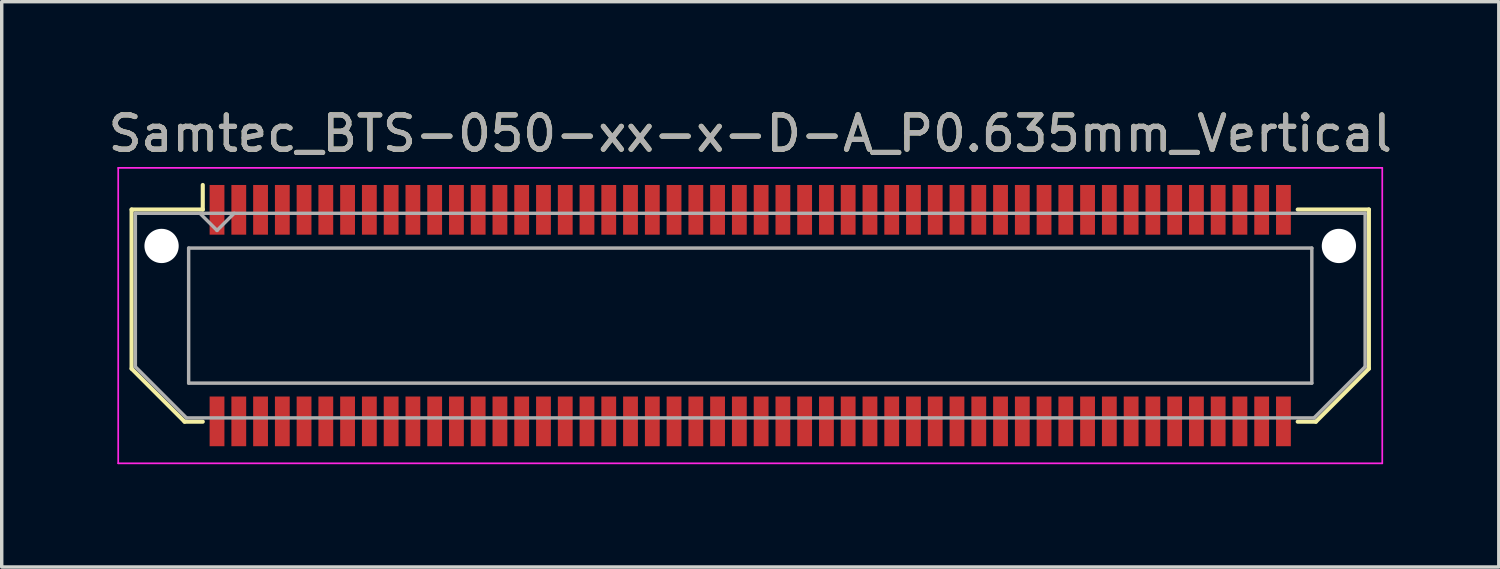
<source format=kicad_pcb>
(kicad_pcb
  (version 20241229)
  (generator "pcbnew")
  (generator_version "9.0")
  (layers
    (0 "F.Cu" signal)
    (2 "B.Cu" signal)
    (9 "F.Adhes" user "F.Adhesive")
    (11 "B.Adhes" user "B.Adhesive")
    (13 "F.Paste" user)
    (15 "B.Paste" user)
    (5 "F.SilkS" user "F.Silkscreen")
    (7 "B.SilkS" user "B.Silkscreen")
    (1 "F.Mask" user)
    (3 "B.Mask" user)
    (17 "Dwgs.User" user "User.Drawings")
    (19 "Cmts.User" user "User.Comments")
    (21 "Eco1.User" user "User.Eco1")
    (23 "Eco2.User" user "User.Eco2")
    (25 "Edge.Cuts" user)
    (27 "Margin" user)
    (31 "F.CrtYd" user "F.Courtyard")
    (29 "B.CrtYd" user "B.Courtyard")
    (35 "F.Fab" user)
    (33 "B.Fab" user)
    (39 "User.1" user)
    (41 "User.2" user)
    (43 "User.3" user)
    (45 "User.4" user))
  (footprint "Samtec_BTS-050-xx-x-D-A_P0.635mm_Vertical"
    (layer "F.Cu")
    (at 18.839 6.158)
    (property "Reference" "Samtec_BTS-050-xx-x-D-A_P0.635mm_Vertical" (at 0 -5.31 0) (layer "F.SilkS") (effects (font (size 1 1) (thickness 0.15))))
    (attr smd)
    (fp_line (start -18.05 -3.095) (end -18.05 1.548) (stroke (width 0.12) (type solid)) (layer "F.SilkS"))
    (fp_line (start -18.05 1.548) (end -16.503 3.095) (stroke (width 0.12) (type solid)) (layer "F.SilkS"))
    (fp_line (start -16.503 3.095) (end -15.973 3.095) (stroke (width 0.12) (type solid)) (layer "F.SilkS"))
    (fp_line (start -15.973 -3.811) (end -15.973 -3.095) (stroke (width 0.12) (type solid)) (layer "F.SilkS"))
    (fp_line (start -15.973 -3.095) (end -18.05 -3.095) (stroke (width 0.12) (type solid)) (layer "F.SilkS"))
    (fp_line (start 15.973 -3.095) (end 18.05 -3.095) (stroke (width 0.12) (type solid)) (layer "F.SilkS"))
    (fp_line (start 16.503 3.095) (end 15.973 3.095) (stroke (width 0.12) (type solid)) (layer "F.SilkS"))
    (fp_line (start 18.05 -3.095) (end 18.05 1.548) (stroke (width 0.12) (type solid)) (layer "F.SilkS"))
    (fp_line (start 18.05 1.548) (end 16.503 3.095) (stroke (width 0.12) (type solid)) (layer "F.SilkS"))
    (fp_line (start -18.44 -4.31) (end -18.44 4.31) (stroke (width 0.05) (type solid)) (layer "F.CrtYd"))
    (fp_line (start -18.44 4.31) (end 18.44 4.31) (stroke (width 0.05) (type solid)) (layer "F.CrtYd"))
    (fp_line (start 18.44 -4.31) (end -18.44 -4.31) (stroke (width 0.05) (type solid)) (layer "F.CrtYd"))
    (fp_line (start 18.44 4.31) (end 18.44 -4.31) (stroke (width 0.05) (type solid)) (layer "F.CrtYd"))
    (fp_line (start -17.94 -2.985) (end -17.94 1.492) (stroke (width 0.1) (type solid)) (layer "F.Fab"))
    (fp_line (start -17.94 -2.985) (end 17.94 -2.985) (stroke (width 0.1) (type solid)) (layer "F.Fab"))
    (fp_line (start -17.94 1.492) (end -16.448 2.985) (stroke (width 0.1) (type solid)) (layer "F.Fab"))
    (fp_line (start -16.448 2.985) (end 16.448 2.985) (stroke (width 0.1) (type solid)) (layer "F.Fab"))
    (fp_line (start -16.385 -1.97) (end -16.385 1.97) (stroke (width 0.1) (type solid)) (layer "F.Fab"))
    (fp_line (start -16.385 1.97) (end 16.385 1.97) (stroke (width 0.1) (type solid)) (layer "F.Fab"))
    (fp_line (start -15.557 -2.485) (end -16.058 -2.985) (stroke (width 0.1) (type solid)) (layer "F.Fab"))
    (fp_line (start -15.057 -2.985) (end -15.557 -2.485) (stroke (width 0.1) (type solid)) (layer "F.Fab"))
    (fp_line (start 16.385 -1.97) (end -16.385 -1.97) (stroke (width 0.1) (type solid)) (layer "F.Fab"))
    (fp_line (start 16.385 1.97) (end 16.385 -1.97) (stroke (width 0.1) (type solid)) (layer "F.Fab"))
    (fp_line (start 17.94 -2.985) (end 17.94 1.492) (stroke (width 0.1) (type solid)) (layer "F.Fab"))
    (fp_line (start 17.94 1.492) (end 16.448 2.985) (stroke (width 0.1) (type solid)) (layer "F.Fab"))
    (fp_text user "${REFERENCE}" (at 0 -5.31 0) (layer "F.Fab") (effects (font (size 1 1) (thickness 0.15))))
    (pad "" np_thru_hole circle (at -17.175 -2.032) (size 1 1) (drill 1) (layers "*.Cu" "*.Mask"))
    (pad "" np_thru_hole circle (at 17.175 -2.032) (size 1 1) (drill 1) (layers "*.Cu" "*.Mask"))
    (pad "1" smd rect (at -15.557 -3.086) (size 0.432 1.45) (layers "F.Cu" "F.Mask" "F.Paste"))
    (pad "2" smd rect (at -15.557 3.086) (size 0.432 1.45) (layers "F.Cu" "F.Mask" "F.Paste"))
    (pad "3" smd rect (at -14.922 -3.086) (size 0.432 1.45) (layers "F.Cu" "F.Mask" "F.Paste"))
    (pad "4" smd rect (at -14.922 3.086) (size 0.432 1.45) (layers "F.Cu" "F.Mask" "F.Paste"))
    (pad "5" smd rect (at -14.287 -3.086) (size 0.432 1.45) (layers "F.Cu" "F.Mask" "F.Paste"))
    (pad "6" smd rect (at -14.287 3.086) (size 0.432 1.45) (layers "F.Cu" "F.Mask" "F.Paste"))
    (pad "7" smd rect (at -13.652 -3.086) (size 0.432 1.45) (layers "F.Cu" "F.Mask" "F.Paste"))
    (pad "8" smd rect (at -13.652 3.086) (size 0.432 1.45) (layers "F.Cu" "F.Mask" "F.Paste"))
    (pad "9" smd rect (at -13.018 -3.086) (size 0.432 1.45) (layers "F.Cu" "F.Mask" "F.Paste"))
    (pad "10" smd rect (at -13.018 3.086) (size 0.432 1.45) (layers "F.Cu" "F.Mask" "F.Paste"))
    (pad "11" smd rect (at -12.383 -3.086) (size 0.432 1.45) (layers "F.Cu" "F.Mask" "F.Paste"))
    (pad "12" smd rect (at -12.383 3.086) (size 0.432 1.45) (layers "F.Cu" "F.Mask" "F.Paste"))
    (pad "13" smd rect (at -11.748 -3.086) (size 0.432 1.45) (layers "F.Cu" "F.Mask" "F.Paste"))
    (pad "14" smd rect (at -11.748 3.086) (size 0.432 1.45) (layers "F.Cu" "F.Mask" "F.Paste"))
    (pad "15" smd rect (at -11.113 -3.086) (size 0.432 1.45) (layers "F.Cu" "F.Mask" "F.Paste"))
    (pad "16" smd rect (at -11.113 3.086) (size 0.432 1.45) (layers "F.Cu" "F.Mask" "F.Paste"))
    (pad "17" smd rect (at -10.477 -3.086) (size 0.432 1.45) (layers "F.Cu" "F.Mask" "F.Paste"))
    (pad "18" smd rect (at -10.477 3.086) (size 0.432 1.45) (layers "F.Cu" "F.Mask" "F.Paste"))
    (pad "19" smd rect (at -9.842 -3.086) (size 0.432 1.45) (layers "F.Cu" "F.Mask" "F.Paste"))
    (pad "20" smd rect (at -9.842 3.086) (size 0.432 1.45) (layers "F.Cu" "F.Mask" "F.Paste"))
    (pad "21" smd rect (at -9.207 -3.086) (size 0.432 1.45) (layers "F.Cu" "F.Mask" "F.Paste"))
    (pad "22" smd rect (at -9.207 3.086) (size 0.432 1.45) (layers "F.Cu" "F.Mask" "F.Paste"))
    (pad "23" smd rect (at -8.572 -3.086) (size 0.432 1.45) (layers "F.Cu" "F.Mask" "F.Paste"))
    (pad "24" smd rect (at -8.572 3.086) (size 0.432 1.45) (layers "F.Cu" "F.Mask" "F.Paste"))
    (pad "25" smd rect (at -7.938 -3.086) (size 0.432 1.45) (layers "F.Cu" "F.Mask" "F.Paste"))
    (pad "26" smd rect (at -7.938 3.086) (size 0.432 1.45) (layers "F.Cu" "F.Mask" "F.Paste"))
    (pad "27" smd rect (at -7.303 -3.086) (size 0.432 1.45) (layers "F.Cu" "F.Mask" "F.Paste"))
    (pad "28" smd rect (at -7.303 3.086) (size 0.432 1.45) (layers "F.Cu" "F.Mask" "F.Paste"))
    (pad "29" smd rect (at -6.668 -3.086) (size 0.432 1.45) (layers "F.Cu" "F.Mask" "F.Paste"))
    (pad "30" smd rect (at -6.668 3.086) (size 0.432 1.45) (layers "F.Cu" "F.Mask" "F.Paste"))
    (pad "31" smd rect (at -6.032 -3.086) (size 0.432 1.45) (layers "F.Cu" "F.Mask" "F.Paste"))
    (pad "32" smd rect (at -6.032 3.086) (size 0.432 1.45) (layers "F.Cu" "F.Mask" "F.Paste"))
    (pad "33" smd rect (at -5.397 -3.086) (size 0.432 1.45) (layers "F.Cu" "F.Mask" "F.Paste"))
    (pad "34" smd rect (at -5.397 3.086) (size 0.432 1.45) (layers "F.Cu" "F.Mask" "F.Paste"))
    (pad "35" smd rect (at -4.763 -3.086) (size 0.432 1.45) (layers "F.Cu" "F.Mask" "F.Paste"))
    (pad "36" smd rect (at -4.763 3.086) (size 0.432 1.45) (layers "F.Cu" "F.Mask" "F.Paste"))
    (pad "37" smd rect (at -4.128 -3.086) (size 0.432 1.45) (layers "F.Cu" "F.Mask" "F.Paste"))
    (pad "38" smd rect (at -4.128 3.086) (size 0.432 1.45) (layers "F.Cu" "F.Mask" "F.Paste"))
    (pad "39" smd rect (at -3.493 -3.086) (size 0.432 1.45) (layers "F.Cu" "F.Mask" "F.Paste"))
    (pad "40" smd rect (at -3.493 3.086) (size 0.432 1.45) (layers "F.Cu" "F.Mask" "F.Paste"))
    (pad "41" smd rect (at -2.857 -3.086) (size 0.432 1.45) (layers "F.Cu" "F.Mask" "F.Paste"))
    (pad "42" smd rect (at -2.857 3.086) (size 0.432 1.45) (layers "F.Cu" "F.Mask" "F.Paste"))
    (pad "43" smd rect (at -2.223 -3.086) (size 0.432 1.45) (layers "F.Cu" "F.Mask" "F.Paste"))
    (pad "44" smd rect (at -2.223 3.086) (size 0.432 1.45) (layers "F.Cu" "F.Mask" "F.Paste"))
    (pad "45" smd rect (at -1.587 -3.086) (size 0.432 1.45) (layers "F.Cu" "F.Mask" "F.Paste"))
    (pad "46" smd rect (at -1.587 3.086) (size 0.432 1.45) (layers "F.Cu" "F.Mask" "F.Paste"))
    (pad "47" smd rect (at -0.953 -3.086) (size 0.432 1.45) (layers "F.Cu" "F.Mask" "F.Paste"))
    (pad "48" smd rect (at -0.953 3.086) (size 0.432 1.45) (layers "F.Cu" "F.Mask" "F.Paste"))
    (pad "49" smd rect (at -0.318 -3.086) (size 0.432 1.45) (layers "F.Cu" "F.Mask" "F.Paste"))
    (pad "50" smd rect (at -0.318 3.086) (size 0.432 1.45) (layers "F.Cu" "F.Mask" "F.Paste"))
    (pad "51" smd rect (at 0.318 -3.086) (size 0.432 1.45) (layers "F.Cu" "F.Mask" "F.Paste"))
    (pad "52" smd rect (at 0.318 3.086) (size 0.432 1.45) (layers "F.Cu" "F.Mask" "F.Paste"))
    (pad "53" smd rect (at 0.953 -3.086) (size 0.432 1.45) (layers "F.Cu" "F.Mask" "F.Paste"))
    (pad "54" smd rect (at 0.953 3.086) (size 0.432 1.45) (layers "F.Cu" "F.Mask" "F.Paste"))
    (pad "55" smd rect (at 1.587 -3.086) (size 0.432 1.45) (layers "F.Cu" "F.Mask" "F.Paste"))
    (pad "56" smd rect (at 1.587 3.086) (size 0.432 1.45) (layers "F.Cu" "F.Mask" "F.Paste"))
    (pad "57" smd rect (at 2.223 -3.086) (size 0.432 1.45) (layers "F.Cu" "F.Mask" "F.Paste"))
    (pad "58" smd rect (at 2.223 3.086) (size 0.432 1.45) (layers "F.Cu" "F.Mask" "F.Paste"))
    (pad "59" smd rect (at 2.857 -3.086) (size 0.432 1.45) (layers "F.Cu" "F.Mask" "F.Paste"))
    (pad "60" smd rect (at 2.857 3.086) (size 0.432 1.45) (layers "F.Cu" "F.Mask" "F.Paste"))
    (pad "61" smd rect (at 3.493 -3.086) (size 0.432 1.45) (layers "F.Cu" "F.Mask" "F.Paste"))
    (pad "62" smd rect (at 3.493 3.086) (size 0.432 1.45) (layers "F.Cu" "F.Mask" "F.Paste"))
    (pad "63" smd rect (at 4.128 -3.086) (size 0.432 1.45) (layers "F.Cu" "F.Mask" "F.Paste"))
    (pad "64" smd rect (at 4.128 3.086) (size 0.432 1.45) (layers "F.Cu" "F.Mask" "F.Paste"))
    (pad "65" smd rect (at 4.763 -3.086) (size 0.432 1.45) (layers "F.Cu" "F.Mask" "F.Paste"))
    (pad "66" smd rect (at 4.763 3.086) (size 0.432 1.45) (layers "F.Cu" "F.Mask" "F.Paste"))
    (pad "67" smd rect (at 5.397 -3.086) (size 0.432 1.45) (layers "F.Cu" "F.Mask" "F.Paste"))
    (pad "68" smd rect (at 5.397 3.086) (size 0.432 1.45) (layers "F.Cu" "F.Mask" "F.Paste"))
    (pad "69" smd rect (at 6.032 -3.086) (size 0.432 1.45) (layers "F.Cu" "F.Mask" "F.Paste"))
    (pad "70" smd rect (at 6.032 3.086) (size 0.432 1.45) (layers "F.Cu" "F.Mask" "F.Paste"))
    (pad "71" smd rect (at 6.668 -3.086) (size 0.432 1.45) (layers "F.Cu" "F.Mask" "F.Paste"))
    (pad "72" smd rect (at 6.668 3.086) (size 0.432 1.45) (layers "F.Cu" "F.Mask" "F.Paste"))
    (pad "73" smd rect (at 7.303 -3.086) (size 0.432 1.45) (layers "F.Cu" "F.Mask" "F.Paste"))
    (pad "74" smd rect (at 7.303 3.086) (size 0.432 1.45) (layers "F.Cu" "F.Mask" "F.Paste"))
    (pad "75" smd rect (at 7.938 -3.086) (size 0.432 1.45) (layers "F.Cu" "F.Mask" "F.Paste"))
    (pad "76" smd rect (at 7.938 3.086) (size 0.432 1.45) (layers "F.Cu" "F.Mask" "F.Paste"))
    (pad "77" smd rect (at 8.572 -3.086) (size 0.432 1.45) (layers "F.Cu" "F.Mask" "F.Paste"))
    (pad "78" smd rect (at 8.572 3.086) (size 0.432 1.45) (layers "F.Cu" "F.Mask" "F.Paste"))
    (pad "79" smd rect (at 9.207 -3.086) (size 0.432 1.45) (layers "F.Cu" "F.Mask" "F.Paste"))
    (pad "80" smd rect (at 9.207 3.086) (size 0.432 1.45) (layers "F.Cu" "F.Mask" "F.Paste"))
    (pad "81" smd rect (at 9.842 -3.086) (size 0.432 1.45) (layers "F.Cu" "F.Mask" "F.Paste"))
    (pad "82" smd rect (at 9.842 3.086) (size 0.432 1.45) (layers "F.Cu" "F.Mask" "F.Paste"))
    (pad "83" smd rect (at 10.477 -3.086) (size 0.432 1.45) (layers "F.Cu" "F.Mask" "F.Paste"))
    (pad "84" smd rect (at 10.477 3.086) (size 0.432 1.45) (layers "F.Cu" "F.Mask" "F.Paste"))
    (pad "85" smd rect (at 11.113 -3.086) (size 0.432 1.45) (layers "F.Cu" "F.Mask" "F.Paste"))
    (pad "86" smd rect (at 11.113 3.086) (size 0.432 1.45) (layers "F.Cu" "F.Mask" "F.Paste"))
    (pad "87" smd rect (at 11.748 -3.086) (size 0.432 1.45) (layers "F.Cu" "F.Mask" "F.Paste"))
    (pad "88" smd rect (at 11.748 3.086) (size 0.432 1.45) (layers "F.Cu" "F.Mask" "F.Paste"))
    (pad "89" smd rect (at 12.383 -3.086) (size 0.432 1.45) (layers "F.Cu" "F.Mask" "F.Paste"))
    (pad "90" smd rect (at 12.383 3.086) (size 0.432 1.45) (layers "F.Cu" "F.Mask" "F.Paste"))
    (pad "91" smd rect (at 13.018 -3.086) (size 0.432 1.45) (layers "F.Cu" "F.Mask" "F.Paste"))
    (pad "92" smd rect (at 13.018 3.086) (size 0.432 1.45) (layers "F.Cu" "F.Mask" "F.Paste"))
    (pad "93" smd rect (at 13.652 -3.086) (size 0.432 1.45) (layers "F.Cu" "F.Mask" "F.Paste"))
    (pad "94" smd rect (at 13.652 3.086) (size 0.432 1.45) (layers "F.Cu" "F.Mask" "F.Paste"))
    (pad "95" smd rect (at 14.287 -3.086) (size 0.432 1.45) (layers "F.Cu" "F.Mask" "F.Paste"))
    (pad "96" smd rect (at 14.287 3.086) (size 0.432 1.45) (layers "F.Cu" "F.Mask" "F.Paste"))
    (pad "97" smd rect (at 14.922 -3.086) (size 0.432 1.45) (layers "F.Cu" "F.Mask" "F.Paste"))
    (pad "98" smd rect (at 14.922 3.086) (size 0.432 1.45) (layers "F.Cu" "F.Mask" "F.Paste"))
    (pad "99" smd rect (at 15.557 -3.086) (size 0.432 1.45) (layers "F.Cu" "F.Mask" "F.Paste"))
    (pad "100" smd rect (at 15.557 3.086) (size 0.432 1.45) (layers "F.Cu" "F.Mask" "F.Paste")))
  (gr_rect
    (start -3 -3)
    (end 40.679 13.493)
    (stroke (width 0.1) (type default))
    (fill no)
    (layer "Edge.Cuts")))
</source>
